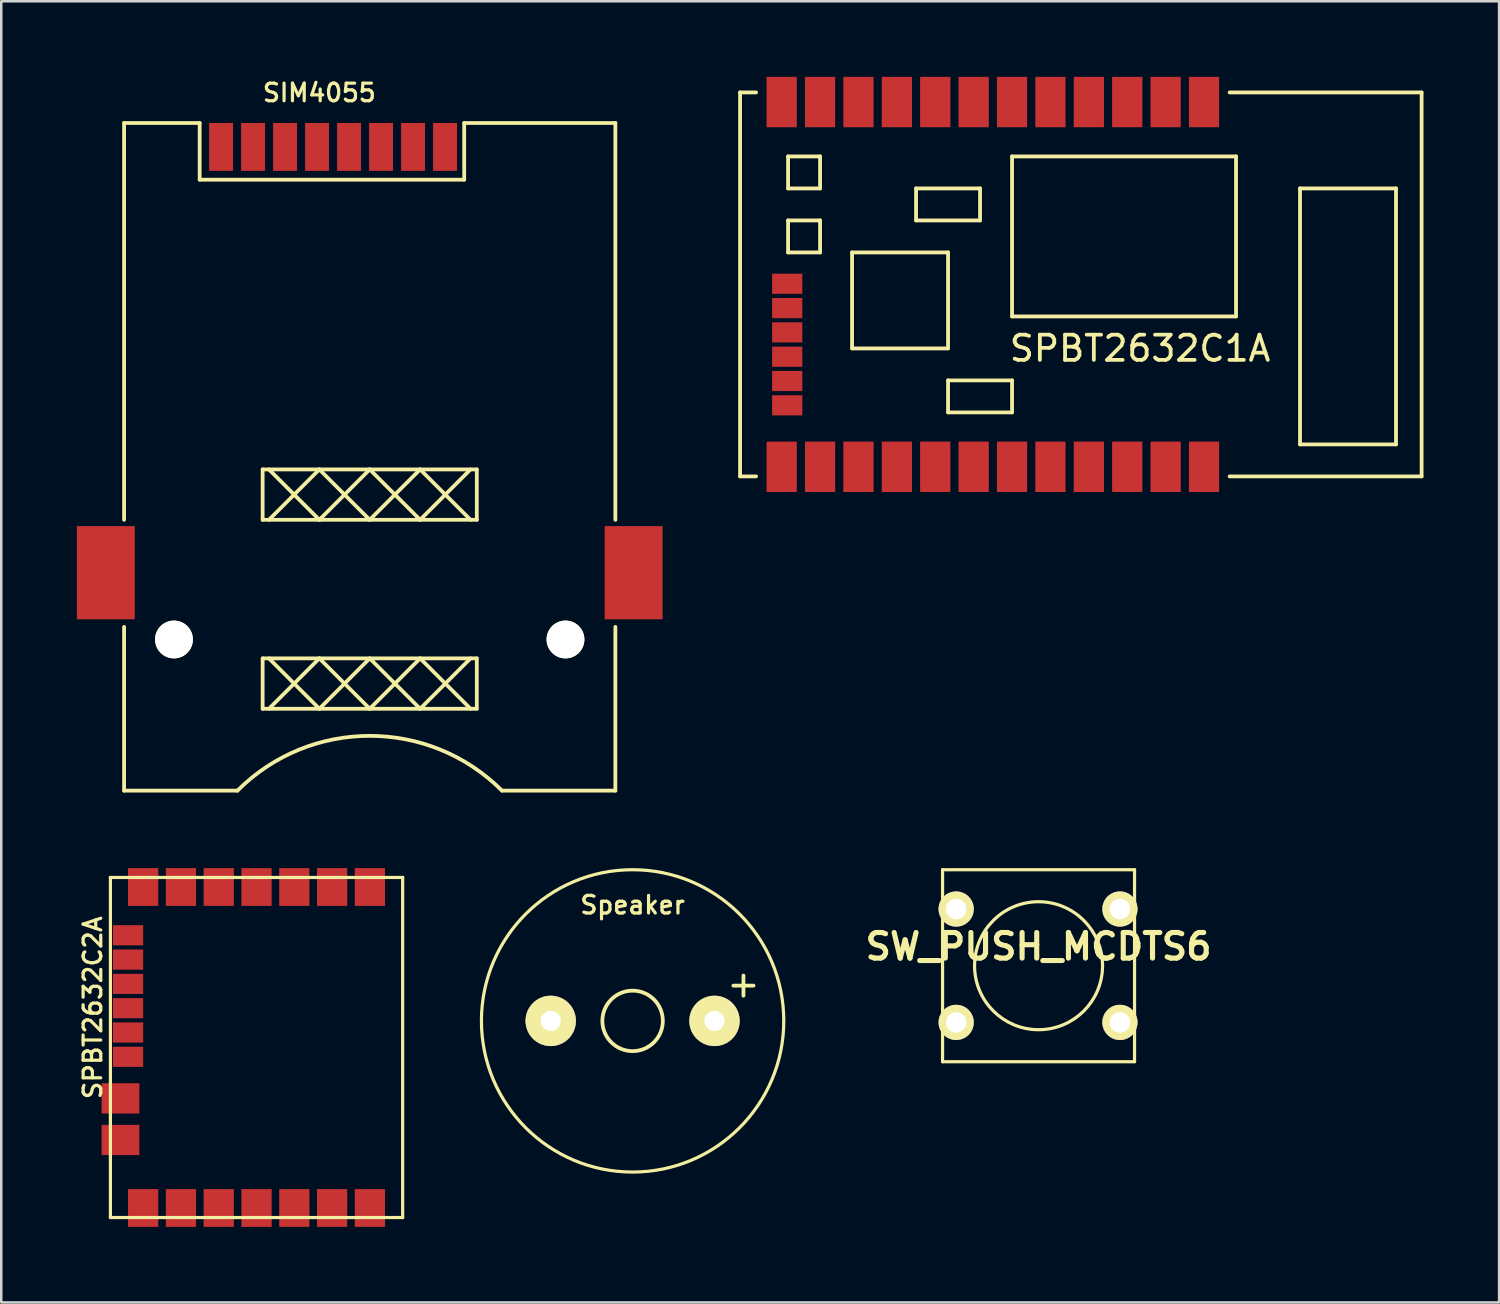
<source format=kicad_pcb>
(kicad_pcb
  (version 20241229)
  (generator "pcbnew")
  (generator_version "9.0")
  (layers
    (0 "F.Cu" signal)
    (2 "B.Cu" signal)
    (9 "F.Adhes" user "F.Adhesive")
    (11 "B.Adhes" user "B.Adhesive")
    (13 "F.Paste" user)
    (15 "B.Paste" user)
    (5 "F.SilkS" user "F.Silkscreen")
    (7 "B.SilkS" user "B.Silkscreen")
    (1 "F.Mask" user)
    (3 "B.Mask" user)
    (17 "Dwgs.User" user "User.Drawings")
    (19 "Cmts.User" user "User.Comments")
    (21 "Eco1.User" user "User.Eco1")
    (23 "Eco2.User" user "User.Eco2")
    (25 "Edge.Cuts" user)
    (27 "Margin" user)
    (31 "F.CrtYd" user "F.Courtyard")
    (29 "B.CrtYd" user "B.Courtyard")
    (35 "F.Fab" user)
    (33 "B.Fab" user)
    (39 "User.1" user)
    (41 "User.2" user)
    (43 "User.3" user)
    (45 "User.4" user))
  (footprint "Speaker"
    (layer "F.Cu")
    (at 22.059 37.471)
    (property "Reference" "Speaker" (at 0 -4.6 0) (layer "F.SilkS") (effects (font (size 0.7 0.7) (thickness 0.127))))
    (attr through_hole)
    (fp_line (start 4 -1.4) (end 4.8 -1.4) (stroke (width 0.15) (type solid)) (layer "F.SilkS"))
    (fp_line (start 4.4 -1) (end 4.4 -1.8) (stroke (width 0.15) (type solid)) (layer "F.SilkS"))
    (fp_circle (center 0 0) (end -6 0) (stroke (width 0.127) (type solid)) (fill no) (layer "F.SilkS"))
    (fp_circle (center 0 0) (end 1.2 0) (stroke (width 0.15) (type solid)) (fill no) (layer "F.SilkS"))
    (pad "1" thru_hole circle (at -3.25 0) (size 2 2) (drill 0.8) (layers "*.Cu" "*.Mask" "F.SilkS"))
    (pad "2" thru_hole circle (at 3.25 0) (size 2 2) (drill 0.8) (layers "*.Cu" "*.Mask" "F.SilkS")))
  (footprint "SPBT2632C2A"
    (layer "F.Cu")
    (at 2.632 44.897)
    (property "Reference" "SPBT2632C2A" (at -2 -7.95 90) (layer "F.SilkS") (effects (font (size 0.7 0.7) (thickness 0.127))))
    (attr through_hole)
    (fp_line (start -1.3 -13.12) (end -1.3 0.38) (stroke (width 0.127) (type solid)) (layer "F.SilkS"))
    (fp_line (start -1.3 0.38) (end 10.3 0.38) (stroke (width 0.127) (type solid)) (layer "F.SilkS"))
    (fp_line (start 10.3 -13.12) (end -1.3 -13.12) (stroke (width 0.127) (type solid)) (layer "F.SilkS"))
    (fp_line (start 10.3 0.38) (end 10.3 -13.12) (stroke (width 0.127) (type solid)) (layer "F.SilkS"))
    (pad "1" smd rect (at 0 0) (size 1.2 1.5) (layers "F.Cu" "F.Mask" "F.Paste"))
    (pad "2" smd rect (at 1.5 0) (size 1.2 1.5) (layers "F.Cu" "F.Mask" "F.Paste"))
    (pad "3" smd rect (at 3 0) (size 1.2 1.5) (layers "F.Cu" "F.Mask" "F.Paste"))
    (pad "4" smd rect (at 4.5 0) (size 1.2 1.5) (layers "F.Cu" "F.Mask" "F.Paste"))
    (pad "5" smd rect (at 6 0) (size 1.2 1.5) (layers "F.Cu" "F.Mask" "F.Paste"))
    (pad "6" smd rect (at 7.5 0) (size 1.2 1.5) (layers "F.Cu" "F.Mask" "F.Paste"))
    (pad "7" smd rect (at 9 0) (size 1.2 1.5) (layers "F.Cu" "F.Mask" "F.Paste"))
    (pad "8" smd rect (at 9 -12.74) (size 1.2 1.5) (layers "F.Cu" "F.Mask" "F.Paste"))
    (pad "9" smd rect (at 7.5 -12.74) (size 1.2 1.5) (layers "F.Cu" "F.Mask" "F.Paste"))
    (pad "10" smd rect (at 6 -12.74) (size 1.2 1.5) (layers "F.Cu" "F.Mask" "F.Paste"))
    (pad "11" smd rect (at 4.5 -12.74) (size 1.2 1.5) (layers "F.Cu" "F.Mask" "F.Paste"))
    (pad "12" smd rect (at 3 -12.74) (size 1.2 1.5) (layers "F.Cu" "F.Mask" "F.Paste"))
    (pad "13" smd rect (at 1.5 -12.74) (size 1.2 1.5) (layers "F.Cu" "F.Mask" "F.Paste"))
    (pad "14" smd rect (at 0 -12.74) (size 1.2 1.5) (layers "F.Cu" "F.Mask" "F.Paste"))
    (pad "15" smd rect (at -0.9 -4.35) (size 1.5 1.2) (layers "F.Cu" "F.Mask" "F.Paste"))
    (pad "16" smd rect (at -0.9 -2.7) (size 1.5 1.2) (layers "F.Cu" "F.Mask" "F.Paste"))
    (pad "17" smd rect (at -0.6 -6) (size 1.2 0.8) (layers "F.Cu" "F.Mask" "F.Paste"))
    (pad "18" smd rect (at -0.6 -6.965) (size 1.2 0.8) (layers "F.Cu" "F.Mask" "F.Paste"))
    (pad "19" smd rect (at -0.6 -7.93) (size 1.2 0.8) (layers "F.Cu" "F.Mask" "F.Paste"))
    (pad "20" smd rect (at -0.6 -8.895) (size 1.2 0.8) (layers "F.Cu" "F.Mask" "F.Paste"))
    (pad "21" smd rect (at -0.6 -9.86) (size 1.2 0.8) (layers "F.Cu" "F.Mask" "F.Paste"))
    (pad "22" smd rect (at -0.6 -10.825) (size 1.2 0.8) (layers "F.Cu" "F.Mask" "F.Paste")))
  (footprint "SPBT2632C1A"
    (layer "F.Cu")
    (at 44.74 8.239)
    (property "Reference" "SPBT2632C1A" (at -2.54 2.54 0) (layer "F.SilkS") (effects (font (size 1 1) (thickness 0.15))))
    (attr through_hole)
    (fp_line (start -18.415 -7.62) (end -17.78 -7.62) (stroke (width 0.15) (type solid)) (layer "F.SilkS"))
    (fp_line (start -18.415 7.62) (end -18.415 -7.62) (stroke (width 0.15) (type solid)) (layer "F.SilkS"))
    (fp_line (start -18.415 7.62) (end -17.78 7.62) (stroke (width 0.15) (type solid)) (layer "F.SilkS"))
    (fp_line (start -16.51 -5.08) (end -15.24 -5.08) (stroke (width 0.15) (type solid)) (layer "F.SilkS"))
    (fp_line (start -16.51 -3.81) (end -16.51 -5.08) (stroke (width 0.15) (type solid)) (layer "F.SilkS"))
    (fp_line (start -16.51 -2.54) (end -15.24 -2.54) (stroke (width 0.15) (type solid)) (layer "F.SilkS"))
    (fp_line (start -16.51 -1.27) (end -16.51 -2.54) (stroke (width 0.15) (type solid)) (layer "F.SilkS"))
    (fp_line (start -15.24 -5.08) (end -15.24 -3.81) (stroke (width 0.15) (type solid)) (layer "F.SilkS"))
    (fp_line (start -15.24 -3.81) (end -16.51 -3.81) (stroke (width 0.15) (type solid)) (layer "F.SilkS"))
    (fp_line (start -15.24 -2.54) (end -15.24 -1.27) (stroke (width 0.15) (type solid)) (layer "F.SilkS"))
    (fp_line (start -15.24 -1.27) (end -16.51 -1.27) (stroke (width 0.15) (type solid)) (layer "F.SilkS"))
    (fp_line (start -13.97 -1.27) (end -10.16 -1.27) (stroke (width 0.15) (type solid)) (layer "F.SilkS"))
    (fp_line (start -13.97 2.54) (end -13.97 -1.27) (stroke (width 0.15) (type solid)) (layer "F.SilkS"))
    (fp_line (start -11.43 -3.81) (end -11.43 -2.54) (stroke (width 0.15) (type solid)) (layer "F.SilkS"))
    (fp_line (start -11.43 -2.54) (end -8.89 -2.54) (stroke (width 0.15) (type solid)) (layer "F.SilkS"))
    (fp_line (start -10.16 -1.27) (end -10.16 2.54) (stroke (width 0.15) (type solid)) (layer "F.SilkS"))
    (fp_line (start -10.16 2.54) (end -13.97 2.54) (stroke (width 0.15) (type solid)) (layer "F.SilkS"))
    (fp_line (start -10.16 3.81) (end -7.62 3.81) (stroke (width 0.15) (type solid)) (layer "F.SilkS"))
    (fp_line (start -10.16 5.08) (end -10.16 3.81) (stroke (width 0.15) (type solid)) (layer "F.SilkS"))
    (fp_line (start -8.89 -3.81) (end -11.43 -3.81) (stroke (width 0.15) (type solid)) (layer "F.SilkS"))
    (fp_line (start -8.89 -2.54) (end -8.89 -3.81) (stroke (width 0.15) (type solid)) (layer "F.SilkS"))
    (fp_line (start -7.62 -5.08) (end 1.27 -5.08) (stroke (width 0.15) (type solid)) (layer "F.SilkS"))
    (fp_line (start -7.62 1.27) (end -7.62 -5.08) (stroke (width 0.15) (type solid)) (layer "F.SilkS"))
    (fp_line (start -7.62 3.81) (end -7.62 5.08) (stroke (width 0.15) (type solid)) (layer "F.SilkS"))
    (fp_line (start -7.62 5.08) (end -10.16 5.08) (stroke (width 0.15) (type solid)) (layer "F.SilkS"))
    (fp_line (start 1.27 -5.08) (end 1.27 1.27) (stroke (width 0.15) (type solid)) (layer "F.SilkS"))
    (fp_line (start 1.27 1.27) (end -7.62 1.27) (stroke (width 0.15) (type solid)) (layer "F.SilkS"))
    (fp_line (start 3.81 -3.81) (end 7.62 -3.81) (stroke (width 0.15) (type solid)) (layer "F.SilkS"))
    (fp_line (start 3.81 6.35) (end 3.81 -3.81) (stroke (width 0.15) (type solid)) (layer "F.SilkS"))
    (fp_line (start 7.62 -3.81) (end 7.62 6.35) (stroke (width 0.15) (type solid)) (layer "F.SilkS"))
    (fp_line (start 7.62 6.35) (end 3.81 6.35) (stroke (width 0.15) (type solid)) (layer "F.SilkS"))
    (fp_line (start 8.636 -7.62) (end 1.016 -7.62) (stroke (width 0.15) (type solid)) (layer "F.SilkS"))
    (fp_line (start 8.636 -7.62) (end 8.636 7.62) (stroke (width 0.15) (type solid)) (layer "F.SilkS"))
    (fp_line (start 8.636 7.62) (end 1.016 7.62) (stroke (width 0.15) (type solid)) (layer "F.SilkS"))
    (pad "" smd rect (at -16.544 -0.026) (size 1.2 0.8) (layers "F.Cu" "F.Mask" "F.Paste"))
    (pad "" smd rect (at -16.544 0.939) (size 1.2 0.8) (layers "F.Cu" "F.Mask" "F.Paste"))
    (pad "" smd rect (at -16.544 1.904) (size 1.2 0.8) (layers "F.Cu" "F.Mask" "F.Paste"))
    (pad "" smd rect (at -16.544 2.869) (size 1.2 0.8) (layers "F.Cu" "F.Mask" "F.Paste"))
    (pad "" smd rect (at -16.544 3.834) (size 1.2 0.8) (layers "F.Cu" "F.Mask" "F.Paste"))
    (pad "" smd rect (at -16.544 4.799) (size 1.2 0.8) (layers "F.Cu" "F.Mask" "F.Paste"))
    (pad "1" smd rect (at -16.764 7.24) (size 1.2 2) (layers "F.Cu" "F.Mask" "F.Paste"))
    (pad "2" smd rect (at -15.24 7.239) (size 1.2 2) (layers "F.Cu" "F.Mask" "F.Paste"))
    (pad "3" smd rect (at -13.716 7.239) (size 1.2 2) (layers "F.Cu" "F.Mask" "F.Paste"))
    (pad "4" smd rect (at -12.192 7.239) (size 1.2 2) (layers "F.Cu" "F.Mask" "F.Paste"))
    (pad "5" smd rect (at -10.668 7.239) (size 1.2 2) (layers "F.Cu" "F.Mask" "F.Paste"))
    (pad "6" smd rect (at -9.144 7.239) (size 1.2 2) (layers "F.Cu" "F.Mask" "F.Paste"))
    (pad "7" smd rect (at -7.62 7.239) (size 1.2 2) (layers "F.Cu" "F.Mask" "F.Paste"))
    (pad "8" smd rect (at -6.096 7.239) (size 1.2 2) (layers "F.Cu" "F.Mask" "F.Paste"))
    (pad "9" smd rect (at -4.572 7.239) (size 1.2 2) (layers "F.Cu" "F.Mask" "F.Paste"))
    (pad "10" smd rect (at -3.048 7.239) (size 1.2 2) (layers "F.Cu" "F.Mask" "F.Paste"))
    (pad "11" smd rect (at -1.524 7.239) (size 1.2 2) (layers "F.Cu" "F.Mask" "F.Paste"))
    (pad "12" smd rect (at 0 7.239) (size 1.2 2) (layers "F.Cu" "F.Mask" "F.Paste"))
    (pad "13" smd rect (at 0 -7.239) (size 1.2 2) (layers "F.Cu" "F.Mask" "F.Paste"))
    (pad "14" smd rect (at -1.524 -7.239) (size 1.2 2) (layers "F.Cu" "F.Mask" "F.Paste"))
    (pad "15" smd rect (at -3.048 -7.239) (size 1.2 2) (layers "F.Cu" "F.Mask" "F.Paste"))
    (pad "16" smd rect (at -4.572 -7.239) (size 1.2 2) (layers "F.Cu" "F.Mask" "F.Paste"))
    (pad "17" smd rect (at -6.096 -7.239) (size 1.2 2) (layers "F.Cu" "F.Mask" "F.Paste"))
    (pad "18" smd rect (at -7.62 -7.239) (size 1.2 2) (layers "F.Cu" "F.Mask" "F.Paste"))
    (pad "19" smd rect (at -9.144 -7.239) (size 1.2 2) (layers "F.Cu" "F.Mask" "F.Paste"))
    (pad "20" smd rect (at -10.668 -7.239) (size 1.2 2) (layers "F.Cu" "F.Mask" "F.Paste"))
    (pad "21" smd rect (at -12.192 -7.239) (size 1.2 2) (layers "F.Cu" "F.Mask" "F.Paste"))
    (pad "22" smd rect (at -13.716 -7.239) (size 1.2 2) (layers "F.Cu" "F.Mask" "F.Paste"))
    (pad "23" smd rect (at -15.24 -7.239) (size 1.2 2) (layers "F.Cu" "F.Mask" "F.Paste"))
    (pad "24" smd rect (at -16.764 -7.239) (size 1.2 2) (layers "F.Cu" "F.Mask" "F.Paste")))
  (footprint "SIM4055"
    (layer "F.Cu")
    (at 11.625 22.332)
    (property "Reference" "SIM4055" (at -2 -21.7 0) (layer "F.SilkS") (effects (font (size 0.7 0.7) (thickness 0.127))))
    (attr through_hole)
    (fp_line (start -9.75 -20.5) (end -9.75 -4.75) (stroke (width 0.15) (type solid)) (layer "F.SilkS"))
    (fp_line (start -9.75 -0.5) (end -9.75 6) (stroke (width 0.15) (type solid)) (layer "F.SilkS"))
    (fp_line (start -9.75 6) (end -5.25 6) (stroke (width 0.15) (type solid)) (layer "F.SilkS"))
    (fp_line (start -6.75 -20.5) (end -9.75 -20.5) (stroke (width 0.15) (type solid)) (layer "F.SilkS"))
    (fp_line (start -6.75 -20.5) (end -6.75 -18.25) (stroke (width 0.15) (type solid)) (layer "F.SilkS"))
    (fp_line (start -6.75 -18.25) (end 3.75 -18.25) (stroke (width 0.15) (type solid)) (layer "F.SilkS"))
    (fp_line (start -4.25 -6.75) (end 4.25 -6.75) (stroke (width 0.15) (type solid)) (layer "F.SilkS"))
    (fp_line (start -4.25 -4.75) (end -4.25 -6.75) (stroke (width 0.15) (type solid)) (layer "F.SilkS"))
    (fp_line (start -4.25 0.75) (end 4.25 0.75) (stroke (width 0.15) (type solid)) (layer "F.SilkS"))
    (fp_line (start -4.25 2.75) (end -4.25 0.75) (stroke (width 0.15) (type solid)) (layer "F.SilkS"))
    (fp_line (start -4 -4.75) (end -2 -6.75) (stroke (width 0.15) (type solid)) (layer "F.SilkS"))
    (fp_line (start -2 -6.75) (end 0 -4.75) (stroke (width 0.15) (type solid)) (layer "F.SilkS"))
    (fp_line (start -2 -4.75) (end -4 -6.75) (stroke (width 0.15) (type solid)) (layer "F.SilkS"))
    (fp_line (start -2 0.75) (end -4 2.75) (stroke (width 0.15) (type solid)) (layer "F.SilkS"))
    (fp_line (start -2 2.75) (end -4 0.75) (stroke (width 0.15) (type solid)) (layer "F.SilkS"))
    (fp_line (start 0 -6.75) (end -2 -4.75) (stroke (width 0.15) (type solid)) (layer "F.SilkS"))
    (fp_line (start 0 -4.75) (end 2 -6.75) (stroke (width 0.15) (type solid)) (layer "F.SilkS"))
    (fp_line (start 0 0.75) (end -2 2.75) (stroke (width 0.15) (type solid)) (layer "F.SilkS"))
    (fp_line (start 0 0.75) (end 2 2.75) (stroke (width 0.15) (type solid)) (layer "F.SilkS"))
    (fp_line (start 0 2.75) (end -2 0.75) (stroke (width 0.15) (type solid)) (layer "F.SilkS"))
    (fp_line (start 0 2.75) (end 2 0.75) (stroke (width 0.15) (type solid)) (layer "F.SilkS"))
    (fp_line (start 2 -6.75) (end 4 -4.75) (stroke (width 0.15) (type solid)) (layer "F.SilkS"))
    (fp_line (start 2 -4.75) (end 0 -6.75) (stroke (width 0.15) (type solid)) (layer "F.SilkS"))
    (fp_line (start 2 0.75) (end 4 2.75) (stroke (width 0.15) (type solid)) (layer "F.SilkS"))
    (fp_line (start 2 2.75) (end 4 0.75) (stroke (width 0.15) (type solid)) (layer "F.SilkS"))
    (fp_line (start 3.75 -20.5) (end 9.75 -20.5) (stroke (width 0.15) (type solid)) (layer "F.SilkS"))
    (fp_line (start 3.75 -18.25) (end 3.75 -20.5) (stroke (width 0.15) (type solid)) (layer "F.SilkS"))
    (fp_line (start 4 -6.75) (end 2 -4.75) (stroke (width 0.15) (type solid)) (layer "F.SilkS"))
    (fp_line (start 4.25 -6.75) (end 4.25 -4.75) (stroke (width 0.15) (type solid)) (layer "F.SilkS"))
    (fp_line (start 4.25 -4.75) (end -4.25 -4.75) (stroke (width 0.15) (type solid)) (layer "F.SilkS"))
    (fp_line (start 4.25 0.75) (end 4.25 2.75) (stroke (width 0.15) (type solid)) (layer "F.SilkS"))
    (fp_line (start 4.25 2.75) (end -4.25 2.75) (stroke (width 0.15) (type solid)) (layer "F.SilkS"))
    (fp_line (start 5.25 6) (end 9.75 6) (stroke (width 0.15) (type solid)) (layer "F.SilkS"))
    (fp_line (start 9.75 -20.5) (end 9.75 -4.75) (stroke (width 0.15) (type solid)) (layer "F.SilkS"))
    (fp_line (start 9.75 6) (end 9.75 -0.5) (stroke (width 0.15) (type solid)) (layer "F.SilkS"))
    (fp_arc (start -5.25 6) (mid 0 3.825379) (end 5.25 6) (stroke (width 0.15) (type solid)) (layer "F.SilkS"))
    (pad "" smd rect (at -10.475 -2.65) (size 2.3 3.7) (layers "F.Cu" "F.Mask" "F.Paste"))
    (pad "" np_thru_hole circle (at -7.77 0) (size 1.5 1.5) (drill 1.5) (layers "*.Cu" "*.Mask" "F.SilkS"))
    (pad "" np_thru_hole circle (at 7.77 0) (size 1.5 1.5) (drill 1.5) (layers "*.Cu" "*.Mask" "F.SilkS"))
    (pad "" smd rect (at 10.475 -2.65) (size 2.3 3.7) (layers "F.Cu" "F.Mask" "F.Paste"))
    (pad "1" smd rect (at -5.9 -19.55) (size 0.95 1.9) (layers "F.Cu" "F.Mask" "F.Paste"))
    (pad "2" smd rect (at -4.63 -19.55) (size 0.95 1.9) (layers "F.Cu" "F.Mask" "F.Paste"))
    (pad "3" smd rect (at -3.36 -19.55) (size 0.95 1.9) (layers "F.Cu" "F.Mask" "F.Paste"))
    (pad "4" smd rect (at -2.09 -19.55) (size 0.95 1.9) (layers "F.Cu" "F.Mask" "F.Paste"))
    (pad "5" smd rect (at -0.82 -19.55) (size 0.95 1.9) (layers "F.Cu" "F.Mask" "F.Paste"))
    (pad "6" smd rect (at 0.45 -19.55) (size 0.95 1.9) (layers "F.Cu" "F.Mask" "F.Paste"))
    (pad "7" smd rect (at 1.72 -19.55) (size 0.95 1.9) (layers "F.Cu" "F.Mask" "F.Paste"))
    (pad "8" smd rect (at 2.99 -19.55) (size 0.95 1.9) (layers "F.Cu" "F.Mask" "F.Paste")))
  (footprint "SW_PUSH_MCDTS6"
    (layer "F.Cu")
    (at 38.172 35.281)
    (property "Reference" "SW_PUSH_MCDTS6" (at 0 -0.762 0) (layer "F.SilkS") (effects (font (size 1.016 1.016) (thickness 0.203))))
    (attr through_hole)
    (fp_line (start -3.81 -3.81) (end -3.81 3.81) (stroke (width 0.127) (type solid)) (layer "F.SilkS"))
    (fp_line (start -3.81 -3.81) (end 3.81 -3.81) (stroke (width 0.127) (type solid)) (layer "F.SilkS"))
    (fp_line (start 3.81 -3.81) (end 3.81 3.81) (stroke (width 0.127) (type solid)) (layer "F.SilkS"))
    (fp_line (start 3.81 3.81) (end -3.81 3.81) (stroke (width 0.127) (type solid)) (layer "F.SilkS"))
    (fp_circle (center 0 0) (end 0 -2.54) (stroke (width 0.127) (type solid)) (fill no) (layer "F.SilkS"))
    (pad "1" thru_hole circle (at -3.27 -2.25) (size 1.397 1.397) (drill 0.813) (layers "*.Cu" "*.Mask" "F.SilkS"))
    (pad "1" thru_hole circle (at 3.23 -2.25) (size 1.397 1.397) (drill 0.813) (layers "*.Cu" "*.Mask" "F.SilkS"))
    (pad "2" thru_hole circle (at -3.27 2.25) (size 1.397 1.397) (drill 0.813) (layers "*.Cu" "*.Mask" "F.SilkS"))
    (pad "2" thru_hole circle (at 3.23 2.25) (size 1.397 1.397) (drill 0.813) (layers "*.Cu" "*.Mask" "F.SilkS")))
  (gr_rect
    (start -3 -3)
    (end 56.451 48.647)
    (stroke (width 0.1) (type default))
    (fill no)
    (layer "Edge.Cuts")))
</source>
